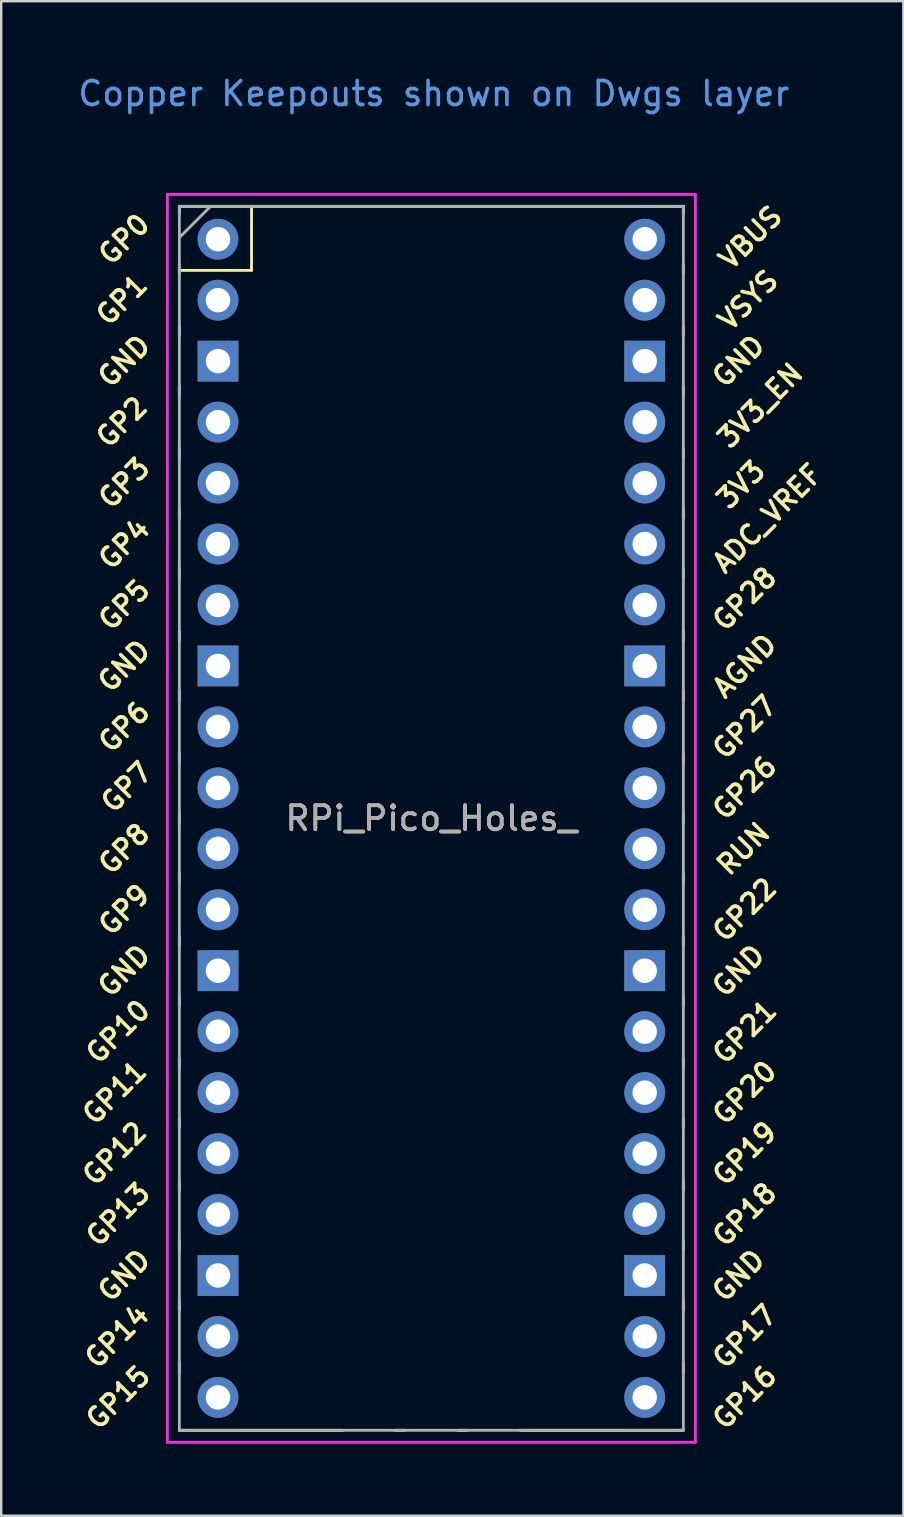
<source format=kicad_pcb>
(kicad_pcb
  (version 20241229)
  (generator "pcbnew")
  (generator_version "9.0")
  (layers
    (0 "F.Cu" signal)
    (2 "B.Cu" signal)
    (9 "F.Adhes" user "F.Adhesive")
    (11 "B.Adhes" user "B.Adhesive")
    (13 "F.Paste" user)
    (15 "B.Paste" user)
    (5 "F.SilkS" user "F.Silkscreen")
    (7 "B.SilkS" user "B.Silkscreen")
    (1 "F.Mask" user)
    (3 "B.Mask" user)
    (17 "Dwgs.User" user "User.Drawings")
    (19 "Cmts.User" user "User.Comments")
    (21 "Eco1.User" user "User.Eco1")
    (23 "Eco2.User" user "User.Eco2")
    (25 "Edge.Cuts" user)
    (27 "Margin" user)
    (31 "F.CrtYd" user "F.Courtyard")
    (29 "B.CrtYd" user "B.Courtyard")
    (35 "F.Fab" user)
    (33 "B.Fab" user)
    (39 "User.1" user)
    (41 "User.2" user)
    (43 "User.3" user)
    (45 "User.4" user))
  (footprint "RPi_Pico_Holes_"
    (layer "F.Cu")
    (at 14.924 31.048)
    (property "Reference" "RPi_Pico_Holes_" (at 0 0 0) (layer "F.SilkS") (effects (font (size 1 1) (thickness 0.15))))
    (attr through_hole)
    (fp_line (start -10.5 -25.5) (end -10.5 -25.2) (stroke (width 0.12) (type solid)) (layer "F.SilkS"))
    (fp_line (start -10.5 -25.5) (end 10.5 -25.5) (stroke (width 0.12) (type solid)) (layer "F.SilkS"))
    (fp_line (start -10.5 -23.1) (end -10.5 -22.7) (stroke (width 0.12) (type solid)) (layer "F.SilkS"))
    (fp_line (start -10.5 -22.833) (end -7.493 -22.833) (stroke (width 0.12) (type solid)) (layer "F.SilkS"))
    (fp_line (start -10.5 -20.5) (end -10.5 -20.1) (stroke (width 0.12) (type solid)) (layer "F.SilkS"))
    (fp_line (start -10.5 -18) (end -10.5 -17.6) (stroke (width 0.12) (type solid)) (layer "F.SilkS"))
    (fp_line (start -10.5 -15.4) (end -10.5 -15) (stroke (width 0.12) (type solid)) (layer "F.SilkS"))
    (fp_line (start -10.5 -12.9) (end -10.5 -12.5) (stroke (width 0.12) (type solid)) (layer "F.SilkS"))
    (fp_line (start -10.5 -10.4) (end -10.5 -10) (stroke (width 0.12) (type solid)) (layer "F.SilkS"))
    (fp_line (start -10.5 -7.8) (end -10.5 -7.4) (stroke (width 0.12) (type solid)) (layer "F.SilkS"))
    (fp_line (start -10.5 -5.3) (end -10.5 -4.9) (stroke (width 0.12) (type solid)) (layer "F.SilkS"))
    (fp_line (start -10.5 -2.7) (end -10.5 -2.3) (stroke (width 0.12) (type solid)) (layer "F.SilkS"))
    (fp_line (start -10.5 -0.2) (end -10.5 0.2) (stroke (width 0.12) (type solid)) (layer "F.SilkS"))
    (fp_line (start -10.5 2.3) (end -10.5 2.7) (stroke (width 0.12) (type solid)) (layer "F.SilkS"))
    (fp_line (start -10.5 4.9) (end -10.5 5.3) (stroke (width 0.12) (type solid)) (layer "F.SilkS"))
    (fp_line (start -10.5 7.4) (end -10.5 7.8) (stroke (width 0.12) (type solid)) (layer "F.SilkS"))
    (fp_line (start -10.5 10) (end -10.5 10.4) (stroke (width 0.12) (type solid)) (layer "F.SilkS"))
    (fp_line (start -10.5 12.5) (end -10.5 12.9) (stroke (width 0.12) (type solid)) (layer "F.SilkS"))
    (fp_line (start -10.5 15.1) (end -10.5 15.5) (stroke (width 0.12) (type solid)) (layer "F.SilkS"))
    (fp_line (start -10.5 17.6) (end -10.5 18) (stroke (width 0.12) (type solid)) (layer "F.SilkS"))
    (fp_line (start -10.5 20.1) (end -10.5 20.5) (stroke (width 0.12) (type solid)) (layer "F.SilkS"))
    (fp_line (start -10.5 22.7) (end -10.5 23.1) (stroke (width 0.12) (type solid)) (layer "F.SilkS"))
    (fp_line (start -7.493 -22.833) (end -7.493 -25.5) (stroke (width 0.12) (type solid)) (layer "F.SilkS"))
    (fp_line (start -3.7 25.5) (end -10.5 25.5) (stroke (width 0.12) (type solid)) (layer "F.SilkS"))
    (fp_line (start -1.5 25.5) (end -1.1 25.5) (stroke (width 0.12) (type solid)) (layer "F.SilkS"))
    (fp_line (start 1.1 25.5) (end 1.5 25.5) (stroke (width 0.12) (type solid)) (layer "F.SilkS"))
    (fp_line (start 10.5 -25.5) (end 10.5 -25.2) (stroke (width 0.12) (type solid)) (layer "F.SilkS"))
    (fp_line (start 10.5 -23.1) (end 10.5 -22.7) (stroke (width 0.12) (type solid)) (layer "F.SilkS"))
    (fp_line (start 10.5 -20.5) (end 10.5 -20.1) (stroke (width 0.12) (type solid)) (layer "F.SilkS"))
    (fp_line (start 10.5 -18) (end 10.5 -17.6) (stroke (width 0.12) (type solid)) (layer "F.SilkS"))
    (fp_line (start 10.5 -15.4) (end 10.5 -15) (stroke (width 0.12) (type solid)) (layer "F.SilkS"))
    (fp_line (start 10.5 -12.9) (end 10.5 -12.5) (stroke (width 0.12) (type solid)) (layer "F.SilkS"))
    (fp_line (start 10.5 -10.4) (end 10.5 -10) (stroke (width 0.12) (type solid)) (layer "F.SilkS"))
    (fp_line (start 10.5 -7.8) (end 10.5 -7.4) (stroke (width 0.12) (type solid)) (layer "F.SilkS"))
    (fp_line (start 10.5 -5.3) (end 10.5 -4.9) (stroke (width 0.12) (type solid)) (layer "F.SilkS"))
    (fp_line (start 10.5 -2.7) (end 10.5 -2.3) (stroke (width 0.12) (type solid)) (layer "F.SilkS"))
    (fp_line (start 10.5 -0.2) (end 10.5 0.2) (stroke (width 0.12) (type solid)) (layer "F.SilkS"))
    (fp_line (start 10.5 2.3) (end 10.5 2.7) (stroke (width 0.12) (type solid)) (layer "F.SilkS"))
    (fp_line (start 10.5 4.9) (end 10.5 5.3) (stroke (width 0.12) (type solid)) (layer "F.SilkS"))
    (fp_line (start 10.5 7.4) (end 10.5 7.8) (stroke (width 0.12) (type solid)) (layer "F.SilkS"))
    (fp_line (start 10.5 10) (end 10.5 10.4) (stroke (width 0.12) (type solid)) (layer "F.SilkS"))
    (fp_line (start 10.5 12.5) (end 10.5 12.9) (stroke (width 0.12) (type solid)) (layer "F.SilkS"))
    (fp_line (start 10.5 15.1) (end 10.5 15.5) (stroke (width 0.12) (type solid)) (layer "F.SilkS"))
    (fp_line (start 10.5 17.6) (end 10.5 18) (stroke (width 0.12) (type solid)) (layer "F.SilkS"))
    (fp_line (start 10.5 20.1) (end 10.5 20.5) (stroke (width 0.12) (type solid)) (layer "F.SilkS"))
    (fp_line (start 10.5 22.7) (end 10.5 23.1) (stroke (width 0.12) (type solid)) (layer "F.SilkS"))
    (fp_line (start 10.5 25.5) (end 3.7 25.5) (stroke (width 0.12) (type solid)) (layer "F.SilkS"))
    (fp_line (start -11 -26) (end 11 -26) (stroke (width 0.12) (type solid)) (layer "F.CrtYd"))
    (fp_line (start -11 26) (end -11 -26) (stroke (width 0.12) (type solid)) (layer "F.CrtYd"))
    (fp_line (start 11 -26) (end 11 26) (stroke (width 0.12) (type solid)) (layer "F.CrtYd"))
    (fp_line (start 11 26) (end -11 26) (stroke (width 0.12) (type solid)) (layer "F.CrtYd"))
    (fp_line (start -10.5 -25.5) (end 10.5 -25.5) (stroke (width 0.12) (type solid)) (layer "F.Fab"))
    (fp_line (start -10.5 -24.2) (end -9.2 -25.5) (stroke (width 0.12) (type solid)) (layer "F.Fab"))
    (fp_line (start -10.5 25.5) (end -10.5 -25.5) (stroke (width 0.12) (type solid)) (layer "F.Fab"))
    (fp_line (start 10.5 -25.5) (end 10.5 25.5) (stroke (width 0.12) (type solid)) (layer "F.Fab"))
    (fp_line (start 10.5 25.5) (end -10.5 25.5) (stroke (width 0.12) (type solid)) (layer "F.Fab"))
    (fp_text user "GP28" (at 13.054 -9.144 45) (layer "F.SilkS") (effects (font (size 0.8 0.8) (thickness 0.15))))
    (fp_text user "GP6" (at -12.8 -3.81 45) (layer "F.SilkS") (effects (font (size 0.8 0.8) (thickness 0.15))))
    (fp_text user "GP12" (at -13.2 13.97 45) (layer "F.SilkS") (effects (font (size 0.8 0.8) (thickness 0.15))))
    (fp_text user "3V3_EN" (at 13.7 -17.2 45) (layer "F.SilkS") (effects (font (size 0.8 0.8) (thickness 0.15))))
    (fp_text user "ADC_VREF" (at 14 -12.5 45) (layer "F.SilkS") (effects (font (size 0.8 0.8) (thickness 0.15))))
    (fp_text user "GND" (at -12.8 -6.35 45) (layer "F.SilkS") (effects (font (size 0.8 0.8) (thickness 0.15))))
    (fp_text user "GP21" (at 13.054 8.9 45) (layer "F.SilkS") (effects (font (size 0.8 0.8) (thickness 0.15))))
    (fp_text user "GP8" (at -12.8 1.27 45) (layer "F.SilkS") (effects (font (size 0.8 0.8) (thickness 0.15))))
    (fp_text user "GND" (at -12.8 -19.05 45) (layer "F.SilkS") (effects (font (size 0.8 0.8) (thickness 0.15))))
    (fp_text user "GP27" (at 13.054 -3.8 45) (layer "F.SilkS") (effects (font (size 0.8 0.8) (thickness 0.15))))
    (fp_text user "3V3" (at 12.9 -13.9 45) (layer "F.SilkS") (effects (font (size 0.8 0.8) (thickness 0.15))))
    (fp_text user "GND" (at -12.8 19.05 45) (layer "F.SilkS") (effects (font (size 0.8 0.8) (thickness 0.15))))
    (fp_text user "GP7" (at -12.7 -1.3 45) (layer "F.SilkS") (effects (font (size 0.8 0.8) (thickness 0.15))))
    (fp_text user "GND" (at -12.8 6.35 45) (layer "F.SilkS") (effects (font (size 0.8 0.8) (thickness 0.15))))
    (fp_text user "GP26" (at 13.054 -1.27 45) (layer "F.SilkS") (effects (font (size 0.8 0.8) (thickness 0.15))))
    (fp_text user "GP2" (at -12.9 -16.51 45) (layer "F.SilkS") (effects (font (size 0.8 0.8) (thickness 0.15))))
    (fp_text user "GND" (at 12.8 19.05 45) (layer "F.SilkS") (effects (font (size 0.8 0.8) (thickness 0.15))))
    (fp_text user "GP0" (at -12.8 -24.13 45) (layer "F.SilkS") (effects (font (size 0.8 0.8) (thickness 0.15))))
    (fp_text user "GP17" (at 13.054 21.59 45) (layer "F.SilkS") (effects (font (size 0.8 0.8) (thickness 0.15))))
    (fp_text user "GP15" (at -13.054 24.13 45) (layer "F.SilkS") (effects (font (size 0.8 0.8) (thickness 0.15))))
    (fp_text user "RUN" (at 13 1.27 45) (layer "F.SilkS") (effects (font (size 0.8 0.8) (thickness 0.15))))
    (fp_text user "GND" (at 12.8 6.35 45) (layer "F.SilkS") (effects (font (size 0.8 0.8) (thickness 0.15))))
    (fp_text user "GP20" (at 13.054 11.43 45) (layer "F.SilkS") (effects (font (size 0.8 0.8) (thickness 0.15))))
    (fp_text user "GP9" (at -12.8 3.81 45) (layer "F.SilkS") (effects (font (size 0.8 0.8) (thickness 0.15))))
    (fp_text user "GP10" (at -13.054 8.89 45) (layer "F.SilkS") (effects (font (size 0.8 0.8) (thickness 0.15))))
    (fp_text user "GP5" (at -12.8 -8.89 45) (layer "F.SilkS") (effects (font (size 0.8 0.8) (thickness 0.15))))
    (fp_text user "GP4" (at -12.8 -11.43 45) (layer "F.SilkS") (effects (font (size 0.8 0.8) (thickness 0.15))))
    (fp_text user "GP11" (at -13.2 11.43 45) (layer "F.SilkS") (effects (font (size 0.8 0.8) (thickness 0.15))))
    (fp_text user "AGND" (at 13.054 -6.35 45) (layer "F.SilkS") (effects (font (size 0.8 0.8) (thickness 0.15))))
    (fp_text user "GP1" (at -12.9 -21.6 45) (layer "F.SilkS") (effects (font (size 0.8 0.8) (thickness 0.15))))
    (fp_text user "VBUS" (at 13.3 -24.2 45) (layer "F.SilkS") (effects (font (size 0.8 0.8) (thickness 0.15))))
    (fp_text user "VSYS" (at 13.2 -21.59 45) (layer "F.SilkS") (effects (font (size 0.8 0.8) (thickness 0.15))))
    (fp_text user "GP19" (at 13.054 13.97 45) (layer "F.SilkS") (effects (font (size 0.8 0.8) (thickness 0.15))))
    (fp_text user "GP13" (at -13.054 16.51 45) (layer "F.SilkS") (effects (font (size 0.8 0.8) (thickness 0.15))))
    (fp_text user "GP18" (at 13.054 16.51 45) (layer "F.SilkS") (effects (font (size 0.8 0.8) (thickness 0.15))))
    (fp_text user "GP3" (at -12.8 -13.97 45) (layer "F.SilkS") (effects (font (size 0.8 0.8) (thickness 0.15))))
    (fp_text user "GP22" (at 13.054 3.81 45) (layer "F.SilkS") (effects (font (size 0.8 0.8) (thickness 0.15))))
    (fp_text user "GND" (at 12.8 -19.05 45) (layer "F.SilkS") (effects (font (size 0.8 0.8) (thickness 0.15))))
    (fp_text user "GP14" (at -13.1 21.59 45) (layer "F.SilkS") (effects (font (size 0.8 0.8) (thickness 0.15))))
    (fp_text user "GP16" (at 13.054 24.13 45) (layer "F.SilkS") (effects (font (size 0.8 0.8) (thickness 0.15))))
    (fp_text user "Copper Keepouts shown on Dwgs layer" (at 0.1 -30.2 0) (layer "Cmts.User") (effects (font (size 1 1) (thickness 0.15))))
    (fp_text user "${REFERENCE}" (at 0 0 180) (layer "F.Fab") (effects (font (size 1 1) (thickness 0.15))))
    (pad "1" thru_hole oval (at -8.89 -24.13) (size 1.7 1.7) (drill 1.02) (layers "*.Cu" "*.Mask"))
    (pad "2" thru_hole oval (at -8.89 -21.59) (size 1.7 1.7) (drill 1.02) (layers "*.Cu" "*.Mask"))
    (pad "3" thru_hole rect (at -8.89 -19.05) (size 1.7 1.7) (drill 1.02) (layers "*.Cu" "*.Mask"))
    (pad "4" thru_hole oval (at -8.89 -16.51) (size 1.7 1.7) (drill 1.02) (layers "*.Cu" "*.Mask"))
    (pad "5" thru_hole oval (at -8.89 -13.97) (size 1.7 1.7) (drill 1.02) (layers "*.Cu" "*.Mask"))
    (pad "6" thru_hole oval (at -8.89 -11.43) (size 1.7 1.7) (drill 1.02) (layers "*.Cu" "*.Mask"))
    (pad "7" thru_hole oval (at -8.89 -8.89) (size 1.7 1.7) (drill 1.02) (layers "*.Cu" "*.Mask"))
    (pad "8" thru_hole rect (at -8.89 -6.35) (size 1.7 1.7) (drill 1.02) (layers "*.Cu" "*.Mask"))
    (pad "9" thru_hole oval (at -8.89 -3.81) (size 1.7 1.7) (drill 1.02) (layers "*.Cu" "*.Mask"))
    (pad "10" thru_hole oval (at -8.89 -1.27) (size 1.7 1.7) (drill 1.02) (layers "*.Cu" "*.Mask"))
    (pad "11" thru_hole oval (at -8.89 1.27) (size 1.7 1.7) (drill 1.02) (layers "*.Cu" "*.Mask"))
    (pad "12" thru_hole oval (at -8.89 3.81) (size 1.7 1.7) (drill 1.02) (layers "*.Cu" "*.Mask"))
    (pad "13" thru_hole rect (at -8.89 6.35) (size 1.7 1.7) (drill 1.02) (layers "*.Cu" "*.Mask"))
    (pad "14" thru_hole oval (at -8.89 8.89) (size 1.7 1.7) (drill 1.02) (layers "*.Cu" "*.Mask"))
    (pad "15" thru_hole oval (at -8.89 11.43) (size 1.7 1.7) (drill 1.02) (layers "*.Cu" "*.Mask"))
    (pad "16" thru_hole oval (at -8.89 13.97) (size 1.7 1.7) (drill 1.02) (layers "*.Cu" "*.Mask"))
    (pad "17" thru_hole oval (at -8.89 16.51) (size 1.7 1.7) (drill 1.02) (layers "*.Cu" "*.Mask"))
    (pad "18" thru_hole rect (at -8.89 19.05) (size 1.7 1.7) (drill 1.02) (layers "*.Cu" "*.Mask"))
    (pad "19" thru_hole oval (at -8.89 21.59) (size 1.7 1.7) (drill 1.02) (layers "*.Cu" "*.Mask"))
    (pad "20" thru_hole oval (at -8.89 24.13) (size 1.7 1.7) (drill 1.02) (layers "*.Cu" "*.Mask"))
    (pad "21" thru_hole oval (at 8.89 24.13) (size 1.7 1.7) (drill 1.02) (layers "*.Cu" "*.Mask"))
    (pad "22" thru_hole oval (at 8.89 21.59) (size 1.7 1.7) (drill 1.02) (layers "*.Cu" "*.Mask"))
    (pad "23" thru_hole rect (at 8.89 19.05) (size 1.7 1.7) (drill 1.02) (layers "*.Cu" "*.Mask"))
    (pad "24" thru_hole oval (at 8.89 16.51) (size 1.7 1.7) (drill 1.02) (layers "*.Cu" "*.Mask"))
    (pad "25" thru_hole oval (at 8.89 13.97) (size 1.7 1.7) (drill 1.02) (layers "*.Cu" "*.Mask"))
    (pad "26" thru_hole oval (at 8.89 11.43) (size 1.7 1.7) (drill 1.02) (layers "*.Cu" "*.Mask"))
    (pad "27" thru_hole oval (at 8.89 8.89) (size 1.7 1.7) (drill 1.02) (layers "*.Cu" "*.Mask"))
    (pad "28" thru_hole rect (at 8.89 6.35) (size 1.7 1.7) (drill 1.02) (layers "*.Cu" "*.Mask"))
    (pad "29" thru_hole oval (at 8.89 3.81) (size 1.7 1.7) (drill 1.02) (layers "*.Cu" "*.Mask"))
    (pad "30" thru_hole oval (at 8.89 1.27) (size 1.7 1.7) (drill 1.02) (layers "*.Cu" "*.Mask"))
    (pad "31" thru_hole oval (at 8.89 -1.27) (size 1.7 1.7) (drill 1.02) (layers "*.Cu" "*.Mask"))
    (pad "32" thru_hole oval (at 8.89 -3.81) (size 1.7 1.7) (drill 1.02) (layers "*.Cu" "*.Mask"))
    (pad "33" thru_hole rect (at 8.89 -6.35) (size 1.7 1.7) (drill 1.02) (layers "*.Cu" "*.Mask"))
    (pad "34" thru_hole oval (at 8.89 -8.89) (size 1.7 1.7) (drill 1.02) (layers "*.Cu" "*.Mask"))
    (pad "35" thru_hole oval (at 8.89 -11.43) (size 1.7 1.7) (drill 1.02) (layers "*.Cu" "*.Mask"))
    (pad "36" thru_hole oval (at 8.89 -13.97) (size 1.7 1.7) (drill 1.02) (layers "*.Cu" "*.Mask"))
    (pad "37" thru_hole oval (at 8.89 -16.51) (size 1.7 1.7) (drill 1.02) (layers "*.Cu" "*.Mask"))
    (pad "38" thru_hole rect (at 8.89 -19.05) (size 1.7 1.7) (drill 1.02) (layers "*.Cu" "*.Mask"))
    (pad "39" thru_hole oval (at 8.89 -21.59) (size 1.7 1.7) (drill 1.02) (layers "*.Cu" "*.Mask"))
    (pad "40" thru_hole oval (at 8.89 -24.13) (size 1.7 1.7) (drill 1.02) (layers "*.Cu" "*.Mask")))
  (gr_rect
    (start -3 -3)
    (end 34.591 60.108)
    (stroke (width 0.1) (type default))
    (fill no)
    (layer "Edge.Cuts")))
</source>
